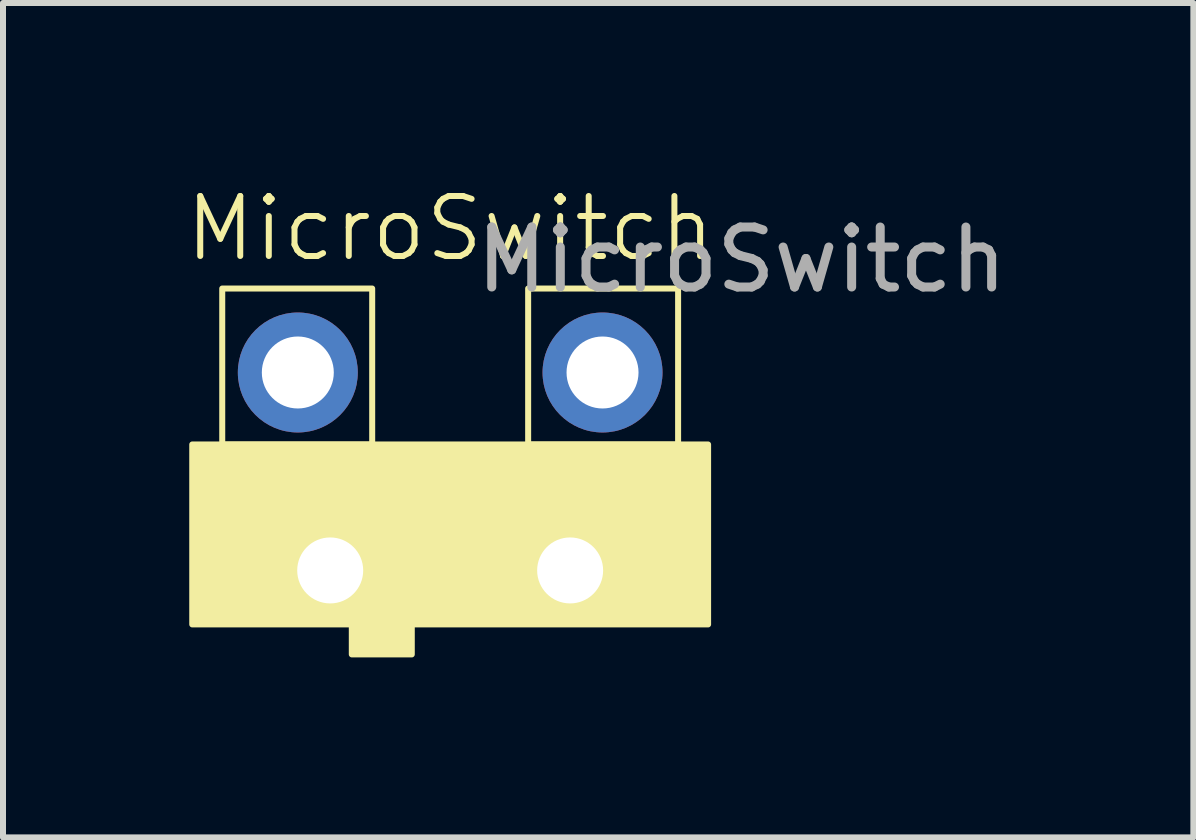
<source format=kicad_pcb>
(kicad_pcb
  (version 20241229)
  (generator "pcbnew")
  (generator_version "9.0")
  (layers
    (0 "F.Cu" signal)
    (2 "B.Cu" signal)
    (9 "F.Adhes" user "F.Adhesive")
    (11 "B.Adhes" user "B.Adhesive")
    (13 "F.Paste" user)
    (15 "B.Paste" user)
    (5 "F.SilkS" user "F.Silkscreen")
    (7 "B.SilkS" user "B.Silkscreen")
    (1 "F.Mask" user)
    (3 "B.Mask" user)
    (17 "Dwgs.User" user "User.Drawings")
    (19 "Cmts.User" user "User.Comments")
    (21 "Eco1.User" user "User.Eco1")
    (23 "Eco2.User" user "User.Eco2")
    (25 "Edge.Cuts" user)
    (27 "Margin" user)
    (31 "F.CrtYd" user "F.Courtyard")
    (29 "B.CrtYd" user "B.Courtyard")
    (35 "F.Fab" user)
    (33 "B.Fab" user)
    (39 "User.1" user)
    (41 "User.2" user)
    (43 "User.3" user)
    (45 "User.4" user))
  (footprint "MicroSwitch"
    (layer "F.Cu")
    (at 4.455 3.16)
    (property "Reference" "MicroSwitch" (at 0 -2.4 0) (unlocked yes) (layer "F.SilkS") (effects (font (size 1 1) (thickness 0.1))))
    (attr through_hole)
    (fp_rect (start -4.3 1.2) (end 4.3 4.2) (stroke (width 0.1) (type solid)) (fill yes) (layer "F.SilkS"))
    (fp_rect (start -3.8 -1.4) (end -1.3 1.2) (stroke (width 0.1) (type default)) (fill no) (layer "F.SilkS"))
    (fp_rect (start -1.64 4.2) (end -0.64 4.7) (stroke (width 0.1) (type solid)) (fill yes) (layer "F.SilkS"))
    (fp_rect (start 1.3 -1.4) (end 3.8 1.2) (stroke (width 0.1) (type default)) (fill no) (layer "F.SilkS"))
    (fp_text user "${REFERENCE}" (at 4.86 -1.88 0) (unlocked yes) (layer "F.Fab") (effects (font (size 1 1) (thickness 0.15))))
    (pad "" np_thru_hole circle (at -2 3.3) (size 1.1 1.1) (drill 1.1) (layers "*.Cu" "*.Mask"))
    (pad "" np_thru_hole circle (at 2 3.3) (size 1.1 1.1) (drill 1.1) (layers "*.Cu" "*.Mask"))
    (pad "1" thru_hole circle (at -2.54 0) (size 2 2) (drill 1.2) (layers "*.Cu" "*.Mask"))
    (pad "2" thru_hole circle (at 2.54 0) (size 2 2) (drill 1.2) (layers "*.Cu" "*.Mask")))
  (gr_rect
    (start -3 -3)
    (end 16.845 10.911)
    (stroke (width 0.1) (type default))
    (fill no)
    (layer "Edge.Cuts")))
</source>
